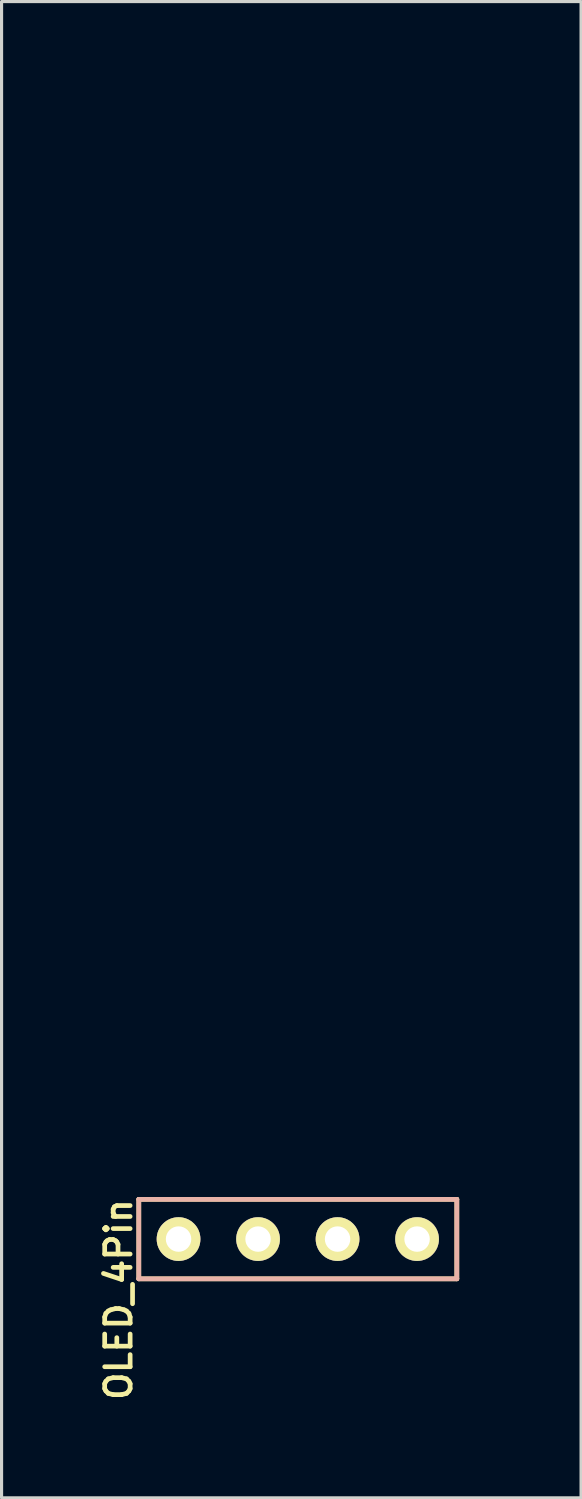
<source format=kicad_pcb>
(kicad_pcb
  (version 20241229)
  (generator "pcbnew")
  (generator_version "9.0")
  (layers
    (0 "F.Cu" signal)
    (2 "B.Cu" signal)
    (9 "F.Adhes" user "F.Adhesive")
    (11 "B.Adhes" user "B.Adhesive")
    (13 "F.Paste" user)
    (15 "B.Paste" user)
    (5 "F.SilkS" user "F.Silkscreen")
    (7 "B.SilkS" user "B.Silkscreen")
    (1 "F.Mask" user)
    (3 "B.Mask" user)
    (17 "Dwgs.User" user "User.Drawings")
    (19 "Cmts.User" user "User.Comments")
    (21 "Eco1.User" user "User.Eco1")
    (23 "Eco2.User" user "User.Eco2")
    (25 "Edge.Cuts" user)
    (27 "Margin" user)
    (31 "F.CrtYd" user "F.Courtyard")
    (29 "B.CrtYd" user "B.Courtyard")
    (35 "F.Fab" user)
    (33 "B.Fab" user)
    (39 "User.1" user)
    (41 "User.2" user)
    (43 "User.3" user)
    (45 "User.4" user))
  (footprint "OLED_4Pin"
    (layer "F.Cu")
    (at 2.654 36.534)
    (property "Reference" "OLED_4Pin" (at -1.915 1.93 90) (layer "F.SilkS") (effects (font (size 0.813 0.813) (thickness 0.15))))
    (attr through_hole)
    (fp_line (start -1.27 -1.27) (end 8.89 -1.27) (stroke (width 0.15) (type solid)) (layer "F.SilkS"))
    (fp_line (start -1.27 1.27) (end -1.27 -1.27) (stroke (width 0.15) (type solid)) (layer "F.SilkS"))
    (fp_line (start -1.27 1.27) (end 8.89 1.27) (stroke (width 0.15) (type solid)) (layer "F.SilkS"))
    (fp_line (start 8.89 -1.27) (end 8.89 1.27) (stroke (width 0.15) (type solid)) (layer "F.SilkS"))
    (fp_line (start -1.27 -1.27) (end 8.89 -1.27) (stroke (width 0.15) (type solid)) (layer "B.SilkS"))
    (fp_line (start -1.27 1.27) (end -1.27 -1.27) (stroke (width 0.15) (type solid)) (layer "B.SilkS"))
    (fp_line (start 8.89 -1.27) (end 8.89 1.27) (stroke (width 0.15) (type solid)) (layer "B.SilkS"))
    (fp_line (start 8.89 1.27) (end -1.27 1.27) (stroke (width 0.15) (type solid)) (layer "B.SilkS"))
    (fp_line (start -2.189 -36.474) (end -2.189 1.524) (stroke (width 0.12) (type solid)) (layer "Eco2.User"))
    (fp_line (start -2.189 -36.474) (end 9.799 -36.474) (stroke (width 0.12) (type solid)) (layer "Eco2.User"))
    (fp_line (start -2.189 1.524) (end 9.799 1.524) (stroke (width 0.12) (type solid)) (layer "Eco2.User"))
    (fp_line (start 9.799 -36.474) (end 9.799 1.524) (stroke (width 0.12) (type solid)) (layer "Eco2.User"))
    (pad "1" thru_hole circle (at 0 0) (size 1.397 1.397) (drill 0.813) (layers "*.Cu" "*.Mask" "F.SilkS"))
    (pad "2" thru_hole circle (at 2.54 0) (size 1.397 1.397) (drill 0.813) (layers "*.Cu" "*.Mask" "F.SilkS"))
    (pad "3" thru_hole circle (at 5.08 0) (size 1.397 1.397) (drill 0.813) (layers "*.Cu" "*.Mask" "F.SilkS"))
    (pad "4" thru_hole circle (at 7.62 0) (size 1.397 1.397) (drill 0.813) (layers "*.Cu" "*.Mask" "F.SilkS")))
  (gr_rect
    (start -3 -3)
    (end 15.513 44.801)
    (stroke (width 0.1) (type default))
    (fill no)
    (layer "Edge.Cuts")))
</source>
